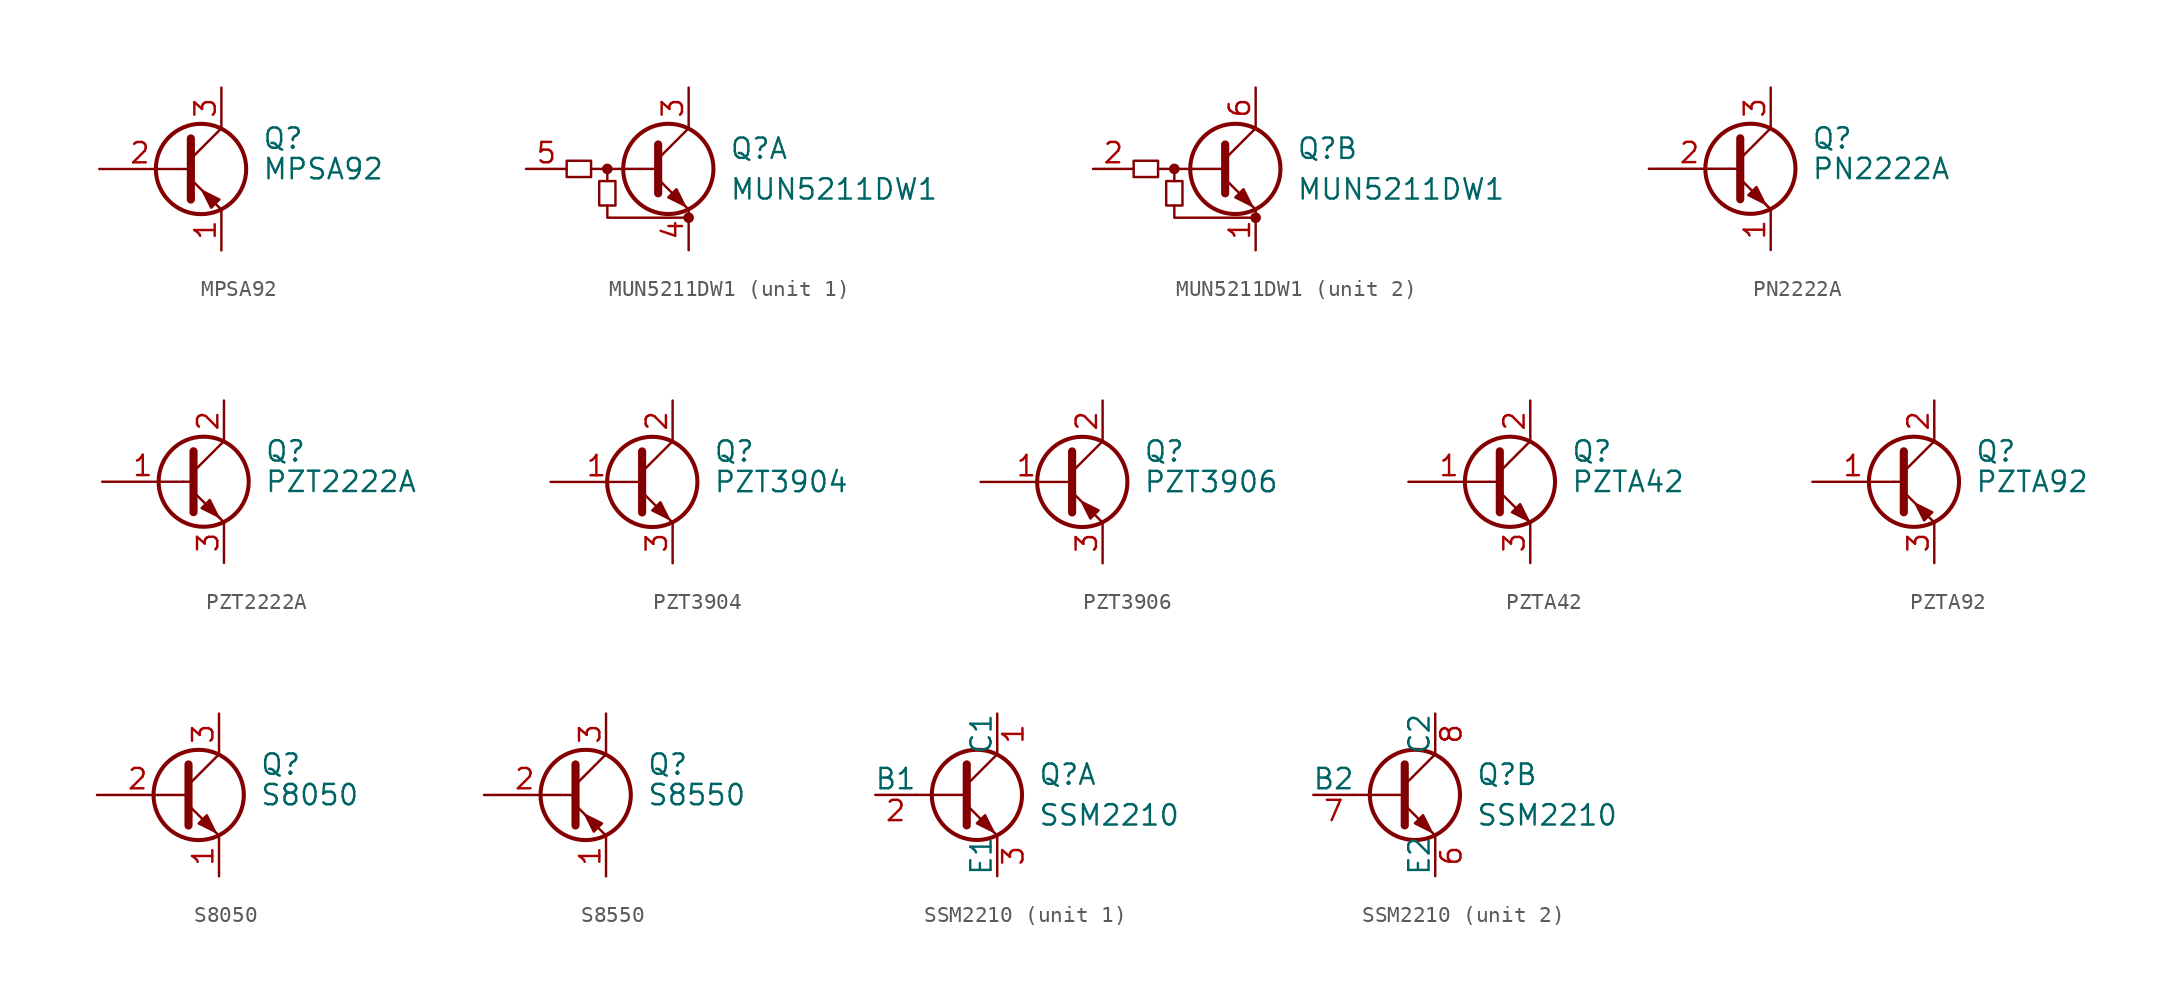
<source format=kicad_sym>
(kicad_symbol_lib
  (version 20220914)
  (generator kicad_symbol_editor)
  (symbol "MPSA92"
    (pin_names
      (offset 1.016) hide)
    (property "Reference" "Q"
      (at 5.08 1.905 0)
      (effects (font (size 1.27 1.27)) (justify left)))
    (property "Value" "MPSA92"
      (at 5.08 0 0)
      (effects (font (size 1.27 1.27)) (justify left)))
    (symbol "MPSA92_0_1"
      (polyline (pts (xy 0 0) (xy 0.635 0)) (stroke (width 0) (type solid)) (fill (type none)))
      (polyline (pts (xy 2.54 -2.54) (xy 0.635 -0.635)) (stroke (width 0) (type solid)) (fill (type none)))
      (polyline (pts (xy 2.54 2.54) (xy 0.635 0.635)) (stroke (width 0) (type solid)) (fill (type none)))
      (polyline (pts (xy 0.635 1.905) (xy 0.635 -1.905) (xy 0.635 -1.905)) (stroke (width 0.508) (type solid)) (fill (type outline)))
      (polyline (pts (xy 1.905 -2.413) (xy 2.413 -1.905) (xy 1.397 -1.397) (xy 1.905 -2.413) (xy 1.905 -2.413)) (stroke (width 0) (type solid)) (fill (type outline)))
      (circle (center 1.27 0) (radius 2.819) (stroke (width 0.254) (type solid)) (fill (type none))))
    (symbol "MPSA92_1_1"
      (pin passive line (at 2.54 -5.08 90) (length 2.54) (name "E" (effects (font (size 1.27 1.27)))) (number "1" (effects (font (size 1.27 1.27)))))
      (pin input line (at -5.08 0 0) (length 5.08) (name "B" (effects (font (size 1.27 1.27)))) (number "2" (effects (font (size 1.27 1.27)))))
      (pin passive line (at 2.54 5.08 270) (length 2.54) (name "C" (effects (font (size 1.27 1.27)))) (number "3" (effects (font (size 1.27 1.27)))))))
  (symbol "MUN5211DW1"
    (pin_names hide)
    (property "Reference" "Q"
      (at 3.81 1.27 0)
      (effects (font (size 1.27 1.27)) (justify left)))
    (property "Value" "MUN5211DW1"
      (at 3.81 -1.27 0)
      (effects (font (size 1.27 1.27)) (justify left)))
    (symbol "MUN5211DW1_0_1"
      (rectangle (start -6.35 0.508) (end -4.826 -0.508) (stroke (width 0) (type solid)) (fill (type none)))
      (rectangle (start -4.318 -2.286) (end -3.302 -0.762) (stroke (width 0) (type solid)) (fill (type none)))
      (circle (center -3.81 0) (radius 0.254) (stroke (width 0) (type solid)) (fill (type outline)))
      (polyline (pts (xy -3.81 -0.762) (xy -3.81 0)) (stroke (width 0) (type solid)) (fill (type none)))
      (polyline (pts (xy -0.762 0) (xy -4.826 0)) (stroke (width 0) (type solid)) (fill (type none)))
      (polyline (pts (xy -0.635 1.524) (xy -0.635 -1.524)) (stroke (width 0.508) (type solid)) (fill (type none)))
      (polyline (pts (xy -3.81 -2.286) (xy -3.81 -3.048) (xy 1.27 -3.048)) (stroke (width 0) (type solid)) (fill (type none)))
      (circle (center 1.27 -3.048) (radius 0.254) (stroke (width 0) (type solid)) (fill (type outline))))
    (symbol "MUN5211DW1_1_1"
      (polyline (pts (xy -0.635 0.635) (xy 1.27 2.54)) (stroke (width 0) (type solid)) (fill (type none)))
      (polyline (pts (xy -0.635 -0.635) (xy 1.27 -2.54) (xy 1.27 -2.54)) (stroke (width 0) (type solid)) (fill (type none)))
      (polyline (pts (xy 0 -1.778) (xy 0.508 -1.27) (xy 1.016 -2.286) (xy 0 -1.778) (xy 0 -1.778)) (stroke (width 0) (type solid)) (fill (type outline)))
      (circle (center 0 0) (radius 2.819) (stroke (width 0.254) (type solid)) (fill (type none)))
      (pin passive line (at 1.27 5.08 270) (length 2.54) (name "C1" (effects (font (size 1.27 1.27)))) (number "3" (effects (font (size 1.27 1.27)))))
      (pin passive line (at 1.27 -5.08 90) (length 2.54) (name "E1" (effects (font (size 1.27 1.27)))) (number "4" (effects (font (size 1.27 1.27)))))
      (pin input line (at -8.89 0 0) (length 2.54) (name "B1" (effects (font (size 1.27 1.27)))) (number "5" (effects (font (size 1.27 1.27))))))
    (symbol "MUN5211DW1_2_1"
      (polyline (pts (xy -0.635 0.635) (xy 1.27 2.54)) (stroke (width 0) (type solid)) (fill (type none)))
      (polyline (pts (xy -0.635 -0.635) (xy 1.27 -2.54) (xy 1.27 -2.54)) (stroke (width 0) (type solid)) (fill (type none)))
      (polyline (pts (xy 0 -1.778) (xy 0.508 -1.27) (xy 1.016 -2.286) (xy 0 -1.778) (xy 0 -1.778)) (stroke (width 0) (type solid)) (fill (type outline)))
      (circle (center 0 0) (radius 2.819) (stroke (width 0.254) (type solid)) (fill (type none)))
      (pin passive line (at 1.27 -5.08 90) (length 2.54) (name "E2" (effects (font (size 1.27 1.27)))) (number "1" (effects (font (size 1.27 1.27)))))
      (pin input line (at -8.89 0 0) (length 2.54) (name "B2" (effects (font (size 1.27 1.27)))) (number "2" (effects (font (size 1.27 1.27)))))
      (pin passive line (at 1.27 5.08 270) (length 2.54) (name "C2" (effects (font (size 1.27 1.27)))) (number "6" (effects (font (size 1.27 1.27)))))))
  (symbol "PN2222A"
    (pin_names
      (offset 0) hide)
    (property "Reference" "Q"
      (at 5.08 1.905 0)
      (effects (font (size 1.27 1.27)) (justify left)))
    (property "Value" "PN2222A"
      (at 5.08 0 0)
      (effects (font (size 1.27 1.27)) (justify left)))
    (symbol "PN2222A_0_1"
      (polyline (pts (xy 0 0) (xy 0.635 0)) (stroke (width 0) (type solid)) (fill (type none)))
      (polyline (pts (xy 2.54 -2.54) (xy 0.635 -0.635)) (stroke (width 0) (type solid)) (fill (type none)))
      (polyline (pts (xy 2.54 2.54) (xy 0.635 0.635)) (stroke (width 0) (type solid)) (fill (type none)))
      (polyline (pts (xy 0.635 1.905) (xy 0.635 -1.905) (xy 0.635 -1.905)) (stroke (width 0.508) (type solid)) (fill (type none)))
      (polyline (pts (xy 2.413 -2.413) (xy 1.905 -1.905) (xy 1.905 -1.905)) (stroke (width 0) (type solid)) (fill (type none)))
      (polyline (pts (xy 1.143 -1.651) (xy 1.651 -1.143) (xy 2.159 -2.159) (xy 1.143 -1.651) (xy 1.143 -1.651)) (stroke (width 0) (type solid)) (fill (type outline)))
      (circle (center 1.27 0) (radius 2.819) (stroke (width 0.254) (type solid)) (fill (type none))))
    (symbol "PN2222A_1_1"
      (pin passive line (at 2.54 -5.08 90) (length 2.54) (name "E" (effects (font (size 1.27 1.27)))) (number "1" (effects (font (size 1.27 1.27)))))
      (pin input line (at -5.08 0 0) (length 5.08) (name "B" (effects (font (size 1.27 1.27)))) (number "2" (effects (font (size 1.27 1.27)))))
      (pin passive line (at 2.54 5.08 270) (length 2.54) (name "C" (effects (font (size 1.27 1.27)))) (number "3" (effects (font (size 1.27 1.27)))))))
  (symbol "PZT2222A"
    (pin_names
      (offset 0) hide)
    (property "Reference" "Q"
      (at 5.08 1.905 0)
      (effects (font (size 1.27 1.27)) (justify left)))
    (property "Value" "PZT2222A"
      (at 5.08 0 0)
      (effects (font (size 1.27 1.27)) (justify left)))
    (symbol "PZT2222A_0_1"
      (polyline (pts (xy 0 0) (xy 0.635 0)) (stroke (width 0) (type solid)) (fill (type none)))
      (polyline (pts (xy 2.54 -2.54) (xy 0.635 -0.635)) (stroke (width 0) (type solid)) (fill (type none)))
      (polyline (pts (xy 2.54 2.54) (xy 0.635 0.635)) (stroke (width 0) (type solid)) (fill (type none)))
      (polyline (pts (xy 0.635 1.905) (xy 0.635 -1.905) (xy 0.635 -1.905)) (stroke (width 0.508) (type solid)) (fill (type none)))
      (polyline (pts (xy 2.286 -2.286) (xy 1.778 -1.778) (xy 1.778 -1.778)) (stroke (width 0) (type solid)) (fill (type none)))
      (polyline (pts (xy 1.143 -1.651) (xy 1.651 -1.143) (xy 2.159 -2.159) (xy 1.143 -1.651) (xy 1.143 -1.651)) (stroke (width 0) (type solid)) (fill (type outline)))
      (circle (center 1.27 0) (radius 2.819) (stroke (width 0.254) (type solid)) (fill (type none))))
    (symbol "PZT2222A_1_1"
      (pin input line (at -5.08 0 0) (length 5.08) (name "B" (effects (font (size 1.27 1.27)))) (number "1" (effects (font (size 1.27 1.27)))))
      (pin passive line (at 2.54 5.08 270) (length 2.54) (name "C" (effects (font (size 1.27 1.27)))) (number "2" (effects (font (size 1.27 1.27)))))
      (pin passive line (at 2.54 -5.08 90) (length 2.54) (name "E" (effects (font (size 1.27 1.27)))) (number "3" (effects (font (size 1.27 1.27)))))))
  (symbol "PZT3904"
    (pin_names
      (offset 0) hide)
    (property "Reference" "Q"
      (at 5.08 1.905 0)
      (effects (font (size 1.27 1.27)) (justify left)))
    (property "Value" "PZT3904"
      (at 5.08 0 0)
      (effects (font (size 1.27 1.27)) (justify left)))
    (symbol "PZT3904_0_1"
      (polyline (pts (xy 0.635 0.635) (xy 2.54 2.54)) (stroke (width 0) (type solid)) (fill (type none)))
      (polyline (pts (xy 0.635 -0.635) (xy 2.54 -2.54) (xy 2.54 -2.54)) (stroke (width 0) (type solid)) (fill (type none)))
      (polyline (pts (xy 0.635 1.905) (xy 0.635 -1.905) (xy 0.635 -1.905)) (stroke (width 0.508) (type solid)) (fill (type none)))
      (polyline (pts (xy 1.27 -1.778) (xy 1.778 -1.27) (xy 2.286 -2.286) (xy 1.27 -1.778) (xy 1.27 -1.778)) (stroke (width 0) (type solid)) (fill (type outline)))
      (circle (center 1.27 0) (radius 2.819) (stroke (width 0.254) (type solid)) (fill (type none))))
    (symbol "PZT3904_1_1"
      (pin input line (at -5.08 0 0) (length 5.715) (name "B" (effects (font (size 1.27 1.27)))) (number "1" (effects (font (size 1.27 1.27)))))
      (pin passive line (at 2.54 5.08 270) (length 2.54) (name "C" (effects (font (size 1.27 1.27)))) (number "2" (effects (font (size 1.27 1.27)))))
      (pin passive line (at 2.54 -5.08 90) (length 2.54) (name "E" (effects (font (size 1.27 1.27)))) (number "3" (effects (font (size 1.27 1.27)))))
      (pin passive line (at 2.54 5.08 270) (length 2.54) hide (name "C" (effects (font (size 1.27 1.27)))) (number "4" (effects (font (size 1.27 1.27)))))))
  (symbol "PZT3906"
    (pin_names
      (offset 0) hide)
    (property "Reference" "Q"
      (at 5.08 1.905 0)
      (effects (font (size 1.27 1.27)) (justify left)))
    (property "Value" "PZT3906"
      (at 5.08 0 0)
      (effects (font (size 1.27 1.27)) (justify left)))
    (symbol "PZT3906_0_1"
      (polyline (pts (xy 0.635 0.635) (xy 2.54 2.54)) (stroke (width 0) (type solid)) (fill (type none)))
      (polyline (pts (xy 0.635 -0.635) (xy 2.54 -2.54) (xy 2.54 -2.54)) (stroke (width 0) (type solid)) (fill (type none)))
      (polyline (pts (xy 0.635 1.905) (xy 0.635 -1.905) (xy 0.635 -1.905)) (stroke (width 0.508) (type solid)) (fill (type none)))
      (polyline (pts (xy 2.286 -1.778) (xy 1.778 -2.286) (xy 1.27 -1.27) (xy 2.286 -1.778) (xy 2.286 -1.778)) (stroke (width 0) (type solid)) (fill (type outline)))
      (circle (center 1.27 0) (radius 2.819) (stroke (width 0.254) (type solid)) (fill (type none))))
    (symbol "PZT3906_1_1"
      (pin input line (at -5.08 0 0) (length 5.715) (name "B" (effects (font (size 1.27 1.27)))) (number "1" (effects (font (size 1.27 1.27)))))
      (pin passive line (at 2.54 5.08 270) (length 2.54) (name "C" (effects (font (size 1.27 1.27)))) (number "2" (effects (font (size 1.27 1.27)))))
      (pin passive line (at 2.54 -5.08 90) (length 2.54) (name "E" (effects (font (size 1.27 1.27)))) (number "3" (effects (font (size 1.27 1.27)))))
      (pin passive line (at 2.54 5.08 270) (length 2.54) hide (name "C" (effects (font (size 1.27 1.27)))) (number "4" (effects (font (size 1.27 1.27)))))))
  (symbol "PZTA42"
    (pin_names
      (offset 0) hide)
    (property "Reference" "Q"
      (at 5.08 1.905 0)
      (effects (font (size 1.27 1.27)) (justify left)))
    (property "Value" "PZTA42"
      (at 5.08 0 0)
      (effects (font (size 1.27 1.27)) (justify left)))
    (symbol "PZTA42_0_1"
      (polyline (pts (xy 0 0) (xy 0.635 0)) (stroke (width 0) (type solid)) (fill (type none)))
      (polyline (pts (xy 2.54 -2.54) (xy 0.635 -0.635)) (stroke (width 0) (type solid)) (fill (type none)))
      (polyline (pts (xy 2.54 2.54) (xy 0.635 0.635)) (stroke (width 0) (type solid)) (fill (type none)))
      (polyline (pts (xy 0.635 1.905) (xy 0.635 -1.905) (xy 0.635 -1.905)) (stroke (width 0.508) (type solid)) (fill (type none)))
      (polyline (pts (xy 2.286 -2.286) (xy 1.778 -1.778) (xy 1.778 -1.778)) (stroke (width 0) (type solid)) (fill (type none)))
      (polyline (pts (xy 1.397 -1.905) (xy 1.905 -1.397) (xy 2.413 -2.413) (xy 1.397 -1.905) (xy 1.397 -1.905)) (stroke (width 0) (type solid)) (fill (type outline)))
      (circle (center 1.27 0) (radius 2.819) (stroke (width 0.254) (type solid)) (fill (type none))))
    (symbol "PZTA42_1_1"
      (pin input line (at -5.08 0 0) (length 5.08) (name "B" (effects (font (size 1.27 1.27)))) (number "1" (effects (font (size 1.27 1.27)))))
      (pin passive line (at 2.54 5.08 270) (length 2.54) (name "C" (effects (font (size 1.27 1.27)))) (number "2" (effects (font (size 1.27 1.27)))))
      (pin passive line (at 2.54 -5.08 90) (length 2.54) (name "E" (effects (font (size 1.27 1.27)))) (number "3" (effects (font (size 1.27 1.27)))))))
  (symbol "PZTA92"
    (pin_names
      (offset 0) hide)
    (property "Reference" "Q"
      (at 5.08 1.905 0)
      (effects (font (size 1.27 1.27)) (justify left)))
    (property "Value" "PZTA92"
      (at 5.08 0 0)
      (effects (font (size 1.27 1.27)) (justify left)))
    (symbol "PZTA92_0_1"
      (polyline (pts (xy 0 0) (xy 0.635 0)) (stroke (width 0) (type solid)) (fill (type none)))
      (polyline (pts (xy 2.54 -2.54) (xy 0.635 -0.635)) (stroke (width 0) (type solid)) (fill (type none)))
      (polyline (pts (xy 2.54 2.54) (xy 0.635 0.635)) (stroke (width 0) (type solid)) (fill (type none)))
      (polyline (pts (xy 0.635 1.905) (xy 0.635 -1.905) (xy 0.635 -1.905)) (stroke (width 0.508) (type solid)) (fill (type outline)))
      (polyline (pts (xy 1.905 -2.413) (xy 2.413 -1.905) (xy 1.397 -1.397) (xy 1.905 -2.413) (xy 1.905 -2.413)) (stroke (width 0) (type solid)) (fill (type outline)))
      (circle (center 1.27 0) (radius 2.819) (stroke (width 0.254) (type solid)) (fill (type none))))
    (symbol "PZTA92_1_1"
      (pin input line (at -5.08 0 0) (length 5.08) (name "B" (effects (font (size 1.27 1.27)))) (number "1" (effects (font (size 1.27 1.27)))))
      (pin passive line (at 2.54 5.08 270) (length 2.54) (name "C" (effects (font (size 1.27 1.27)))) (number "2" (effects (font (size 1.27 1.27)))))
      (pin passive line (at 2.54 -5.08 90) (length 2.54) (name "E" (effects (font (size 1.27 1.27)))) (number "3" (effects (font (size 1.27 1.27)))))))
  (symbol "S8050"
    (pin_names
      (offset 0) hide)
    (property "Reference" "Q"
      (at 5.08 1.905 0)
      (effects (font (size 1.27 1.27)) (justify left)))
    (property "Value" "S8050"
      (at 5.08 0 0)
      (effects (font (size 1.27 1.27)) (justify left)))
    (symbol "S8050_0_1"
      (polyline (pts (xy 0 0) (xy 0.635 0)) (stroke (width 0) (type solid)) (fill (type none)))
      (polyline (pts (xy 0.635 0.635) (xy 2.54 2.54)) (stroke (width 0) (type solid)) (fill (type none)))
      (polyline (pts (xy 0.635 -0.635) (xy 2.54 -2.54) (xy 2.54 -2.54)) (stroke (width 0) (type solid)) (fill (type none)))
      (polyline (pts (xy 0.635 1.905) (xy 0.635 -1.905) (xy 0.635 -1.905)) (stroke (width 0.508) (type solid)) (fill (type none)))
      (polyline (pts (xy 1.27 -1.778) (xy 1.778 -1.27) (xy 2.286 -2.286) (xy 1.27 -1.778) (xy 1.27 -1.778)) (stroke (width 0) (type solid)) (fill (type outline)))
      (circle (center 1.27 0) (radius 2.819) (stroke (width 0.254) (type solid)) (fill (type none))))
    (symbol "S8050_1_1"
      (pin passive line (at 2.54 -5.08 90) (length 2.54) (name "E" (effects (font (size 1.27 1.27)))) (number "1" (effects (font (size 1.27 1.27)))))
      (pin input line (at -5.08 0 0) (length 5.08) (name "B" (effects (font (size 1.27 1.27)))) (number "2" (effects (font (size 1.27 1.27)))))
      (pin passive line (at 2.54 5.08 270) (length 2.54) (name "C" (effects (font (size 1.27 1.27)))) (number "3" (effects (font (size 1.27 1.27)))))))
  (symbol "S8550"
    (pin_names
      (offset 0) hide)
    (property "Reference" "Q"
      (at 5.08 1.905 0)
      (effects (font (size 1.27 1.27)) (justify left)))
    (property "Value" "S8550"
      (at 5.08 0 0)
      (effects (font (size 1.27 1.27)) (justify left)))
    (symbol "S8550_0_1"
      (polyline (pts (xy 0 0) (xy 0.635 0)) (stroke (width 0) (type solid)) (fill (type none)))
      (polyline (pts (xy 2.54 -2.54) (xy 0.635 -0.635)) (stroke (width 0) (type solid)) (fill (type none)))
      (polyline (pts (xy 2.54 2.54) (xy 0.635 0.635)) (stroke (width 0) (type solid)) (fill (type none)))
      (polyline (pts (xy 0.635 1.905) (xy 0.635 -1.905) (xy 0.635 -1.905)) (stroke (width 0.508) (type solid)) (fill (type outline)))
      (polyline (pts (xy 1.778 -2.286) (xy 2.286 -1.778) (xy 1.27 -1.27) (xy 1.778 -2.286) (xy 1.778 -2.286)) (stroke (width 0) (type solid)) (fill (type outline)))
      (circle (center 1.27 0) (radius 2.819) (stroke (width 0.254) (type solid)) (fill (type none))))
    (symbol "S8550_1_1"
      (pin passive line (at 2.54 -5.08 90) (length 2.54) (name "E" (effects (font (size 1.27 1.27)))) (number "1" (effects (font (size 1.27 1.27)))))
      (pin input line (at -5.08 0 0) (length 5.08) (name "B" (effects (font (size 1.27 1.27)))) (number "2" (effects (font (size 1.27 1.27)))))
      (pin passive line (at 2.54 5.08 270) (length 2.54) (name "C" (effects (font (size 1.27 1.27)))) (number "3" (effects (font (size 1.27 1.27)))))))
  (symbol "SSM2210"
    (pin_names
      (offset 0))
    (property "Reference" "Q"
      (at 5.08 1.27 0)
      (effects (font (size 1.27 1.27)) (justify left)))
    (property "Value" "SSM2210"
      (at 5.08 -1.27 0)
      (effects (font (size 1.27 1.27)) (justify left)))
    (symbol "SSM2210_0_1"
      (polyline (pts (xy 0.635 0) (xy -2.54 0)) (stroke (width 0) (type solid)) (fill (type none)))
      (polyline (pts (xy 0.635 0.635) (xy 2.54 2.54)) (stroke (width 0) (type solid)) (fill (type none)))
      (polyline (pts (xy 0.635 -0.635) (xy 2.54 -2.54) (xy 2.54 -2.54)) (stroke (width 0) (type solid)) (fill (type none)))
      (polyline (pts (xy 0.635 1.905) (xy 0.635 -1.905) (xy 0.635 -1.905)) (stroke (width 0.508) (type solid)) (fill (type none)))
      (polyline (pts (xy 1.27 -1.778) (xy 1.778 -1.27) (xy 2.286 -2.286) (xy 1.27 -1.778) (xy 1.27 -1.778)) (stroke (width 0) (type solid)) (fill (type outline)))
      (circle (center 1.27 0) (radius 2.819) (stroke (width 0.254) (type solid)) (fill (type none))))
    (symbol "SSM2210_1_1"
      (pin passive line (at 2.54 5.08 270) (length 2.54) (name "C1" (effects (font (size 1.27 1.27)))) (number "1" (effects (font (size 1.27 1.27)))))
      (pin input line (at -5.08 0 0) (length 2.54) (name "B1" (effects (font (size 1.27 1.27)))) (number "2" (effects (font (size 1.27 1.27)))))
      (pin passive line (at 2.54 -5.08 90) (length 2.54) (name "E1" (effects (font (size 1.27 1.27)))) (number "3" (effects (font (size 1.27 1.27))))))
    (symbol "SSM2210_2_1"
      (pin passive line (at 2.54 -5.08 90) (length 2.54) (name "E2" (effects (font (size 1.27 1.27)))) (number "6" (effects (font (size 1.27 1.27)))))
      (pin input line (at -5.08 0 0) (length 2.54) (name "B2" (effects (font (size 1.27 1.27)))) (number "7" (effects (font (size 1.27 1.27)))))
      (pin passive line (at 2.54 5.08 270) (length 2.54) (name "C2" (effects (font (size 1.27 1.27)))) (number "8" (effects (font (size 1.27 1.27))))))))
</source>
